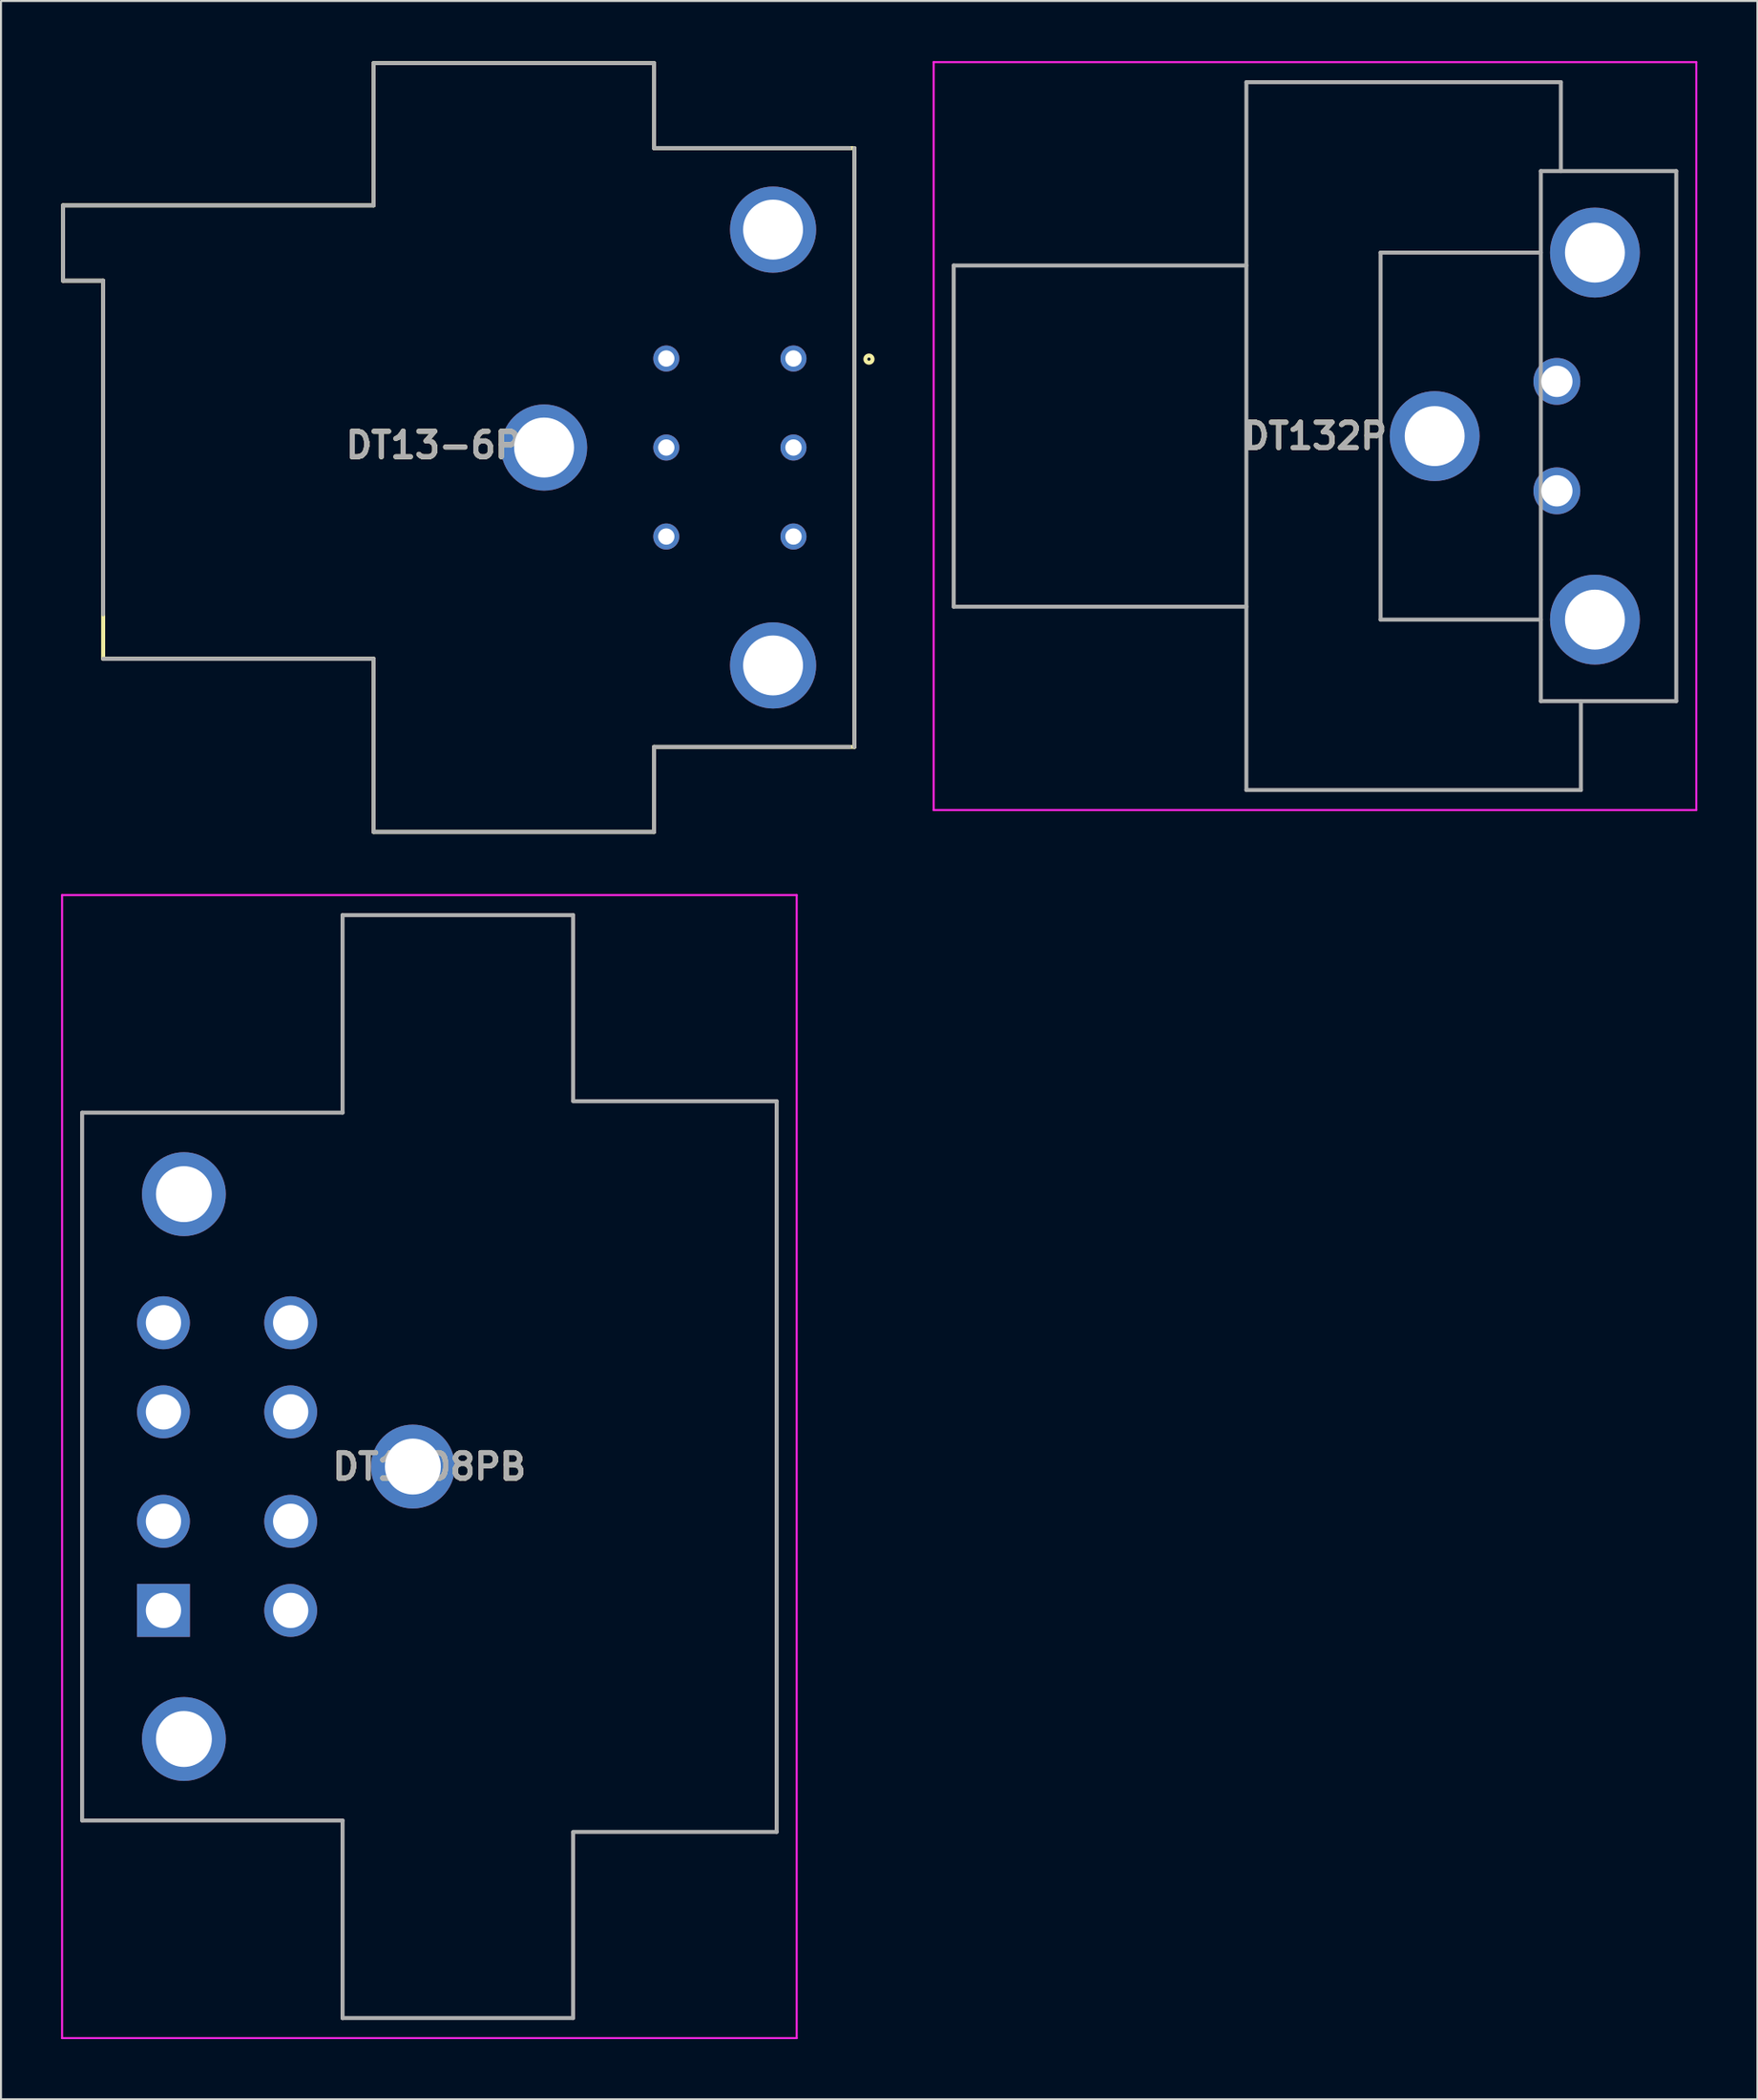
<source format=kicad_pcb>
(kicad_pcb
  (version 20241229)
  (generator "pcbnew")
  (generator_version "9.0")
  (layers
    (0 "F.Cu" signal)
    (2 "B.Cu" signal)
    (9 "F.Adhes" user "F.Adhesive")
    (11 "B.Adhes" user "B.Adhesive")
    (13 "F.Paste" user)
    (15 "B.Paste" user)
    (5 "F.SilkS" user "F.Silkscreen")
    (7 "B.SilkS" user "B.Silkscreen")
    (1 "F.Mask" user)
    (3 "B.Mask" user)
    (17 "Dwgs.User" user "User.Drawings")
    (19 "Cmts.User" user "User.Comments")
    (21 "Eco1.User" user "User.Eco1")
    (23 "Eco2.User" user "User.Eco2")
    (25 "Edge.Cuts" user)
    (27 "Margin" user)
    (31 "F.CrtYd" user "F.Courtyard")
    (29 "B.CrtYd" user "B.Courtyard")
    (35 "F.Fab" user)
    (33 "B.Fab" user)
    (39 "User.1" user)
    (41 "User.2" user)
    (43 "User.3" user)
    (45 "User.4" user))
  (footprint "DT1308PB"
    (layer "F.Cu")
    (at 5.11 77.285)
    (property "Reference" "DT1308PB" (at 13.275 -7.175 180) (layer "F.SilkS") (effects (font (size 1.27 1.27) (thickness 0.254))))
    (attr through_hole)
    (fp_line (start -4.06 -24.83) (end -4.06 10.48) (stroke (width 0.1) (type solid)) (layer "F.SilkS"))
    (fp_line (start -4.06 10.48) (end 8.94 10.48) (stroke (width 0.1) (type solid)) (layer "F.SilkS"))
    (fp_line (start 8.94 -34.685) (end 8.94 -24.83) (stroke (width 0.1) (type solid)) (layer "F.SilkS"))
    (fp_line (start 8.94 -24.83) (end -4.06 -24.83) (stroke (width 0.1) (type solid)) (layer "F.SilkS"))
    (fp_line (start 8.94 10.48) (end 8.94 20.335) (stroke (width 0.1) (type solid)) (layer "F.SilkS"))
    (fp_line (start 8.94 20.335) (end 20.45 20.335) (stroke (width 0.1) (type solid)) (layer "F.SilkS"))
    (fp_line (start 20.45 -34.685) (end 8.94 -34.685) (stroke (width 0.1) (type solid)) (layer "F.SilkS"))
    (fp_line (start 20.45 -25.4) (end 20.45 -34.685) (stroke (width 0.1) (type solid)) (layer "F.SilkS"))
    (fp_line (start 20.45 11.05) (end 30.61 11.05) (stroke (width 0.1) (type solid)) (layer "F.SilkS"))
    (fp_line (start 20.45 20.335) (end 20.45 11.05) (stroke (width 0.1) (type solid)) (layer "F.SilkS"))
    (fp_line (start 30.61 -25.43) (end 20.45 -25.4) (stroke (width 0.1) (type solid)) (layer "F.SilkS"))
    (fp_line (start 30.61 11.05) (end 30.61 -25.43) (stroke (width 0.1) (type solid)) (layer "F.SilkS"))
    (fp_line (start -5.06 -35.685) (end 31.61 -35.685) (stroke (width 0.1) (type solid)) (layer "F.CrtYd"))
    (fp_line (start -5.06 21.335) (end -5.06 -35.685) (stroke (width 0.1) (type solid)) (layer "F.CrtYd"))
    (fp_line (start 31.61 -35.685) (end 31.61 21.335) (stroke (width 0.1) (type solid)) (layer "F.CrtYd"))
    (fp_line (start 31.61 21.335) (end -5.06 21.335) (stroke (width 0.1) (type solid)) (layer "F.CrtYd"))
    (fp_line (start -4.06 -24.83) (end -4.06 10.48) (stroke (width 0.2) (type solid)) (layer "F.Fab"))
    (fp_line (start -4.06 10.48) (end 8.94 10.48) (stroke (width 0.2) (type solid)) (layer "F.Fab"))
    (fp_line (start 8.94 -34.685) (end 8.94 -24.83) (stroke (width 0.2) (type solid)) (layer "F.Fab"))
    (fp_line (start 8.94 -24.83) (end -4.06 -24.83) (stroke (width 0.2) (type solid)) (layer "F.Fab"))
    (fp_line (start 8.94 20.335) (end 8.94 10.48) (stroke (width 0.2) (type solid)) (layer "F.Fab"))
    (fp_line (start 8.94 20.335) (end 8.94 20.335) (stroke (width 0.2) (type solid)) (layer "F.Fab"))
    (fp_line (start 20.45 -34.685) (end 8.94 -34.685) (stroke (width 0.2) (type solid)) (layer "F.Fab"))
    (fp_line (start 20.45 -25.43) (end 20.45 -34.685) (stroke (width 0.2) (type solid)) (layer "F.Fab"))
    (fp_line (start 20.45 -25.4) (end 30.61 -25.4) (stroke (width 0.2) (type solid)) (layer "F.Fab"))
    (fp_line (start 20.45 11.08) (end 20.45 20.335) (stroke (width 0.2) (type solid)) (layer "F.Fab"))
    (fp_line (start 20.45 20.335) (end 8.94 20.335) (stroke (width 0.2) (type solid)) (layer "F.Fab"))
    (fp_line (start 30.61 -25.4) (end 30.61 11.05) (stroke (width 0.2) (type solid)) (layer "F.Fab"))
    (fp_line (start 30.61 11.05) (end 20.45 11.05) (stroke (width 0.2) (type solid)) (layer "F.Fab"))
    (fp_text user "${REFERENCE}" (at 13.275 -7.175 180) (layer "F.Fab") (effects (font (size 1.27 1.27) (thickness 0.254))))
    (pad "1" thru_hole rect (at 0 0) (size 2.64 2.64) (drill 1.76) (layers "*.Cu" "*.Mask"))
    (pad "2" thru_hole circle (at 0 -4.445) (size 2.64 2.64) (drill 1.76) (layers "*.Cu" "*.Mask"))
    (pad "3" thru_hole circle (at 0 -9.905) (size 2.64 2.64) (drill 1.76) (layers "*.Cu" "*.Mask"))
    (pad "4" thru_hole circle (at 0 -14.35) (size 2.64 2.64) (drill 1.76) (layers "*.Cu" "*.Mask"))
    (pad "5" thru_hole circle (at 6.35 -14.35) (size 2.64 2.64) (drill 1.76) (layers "*.Cu" "*.Mask"))
    (pad "6" thru_hole circle (at 6.35 -9.905) (size 2.64 2.64) (drill 1.76) (layers "*.Cu" "*.Mask"))
    (pad "7" thru_hole circle (at 6.35 -4.445) (size 2.64 2.64) (drill 1.76) (layers "*.Cu" "*.Mask"))
    (pad "8" thru_hole circle (at 6.35 0) (size 2.64 2.64) (drill 1.76) (layers "*.Cu" "*.Mask"))
    (pad "MH1" thru_hole circle (at 12.45 -7.175) (size 4.185 4.185) (drill 2.79) (layers "*.Cu" "*.Mask"))
    (pad "MH2" thru_hole circle (at 1.02 6.415) (size 4.185 4.185) (drill 2.79) (layers "*.Cu" "*.Mask"))
    (pad "MH3" thru_hole circle (at 1.02 -20.765) (size 4.185 4.185) (drill 2.79) (layers "*.Cu" "*.Mask")))
  (footprint "DT13-6P"
    (layer "F.Cu")
    (at 39.6 19.275)
    (property "Reference" "DT13-6P" (at -21.013 -0.115 180) (layer "F.SilkS") (effects (font (size 1.27 1.27) (thickness 0.254))))
    (attr through_hole)
    (fp_line (start -39.5 -12.08) (end -39.5 -8.32) (stroke (width 0.2) (type solid)) (layer "F.SilkS"))
    (fp_line (start -37.5 -8.32) (end -39.5 -8.32) (stroke (width 0.2) (type solid)) (layer "F.SilkS"))
    (fp_line (start -37.5 -8.32) (end -37.5 10.54) (stroke (width 0.2) (type solid)) (layer "F.SilkS"))
    (fp_line (start -37.5 10.54) (end -24 10.54) (stroke (width 0.2) (type solid)) (layer "F.SilkS"))
    (fp_line (start -24 -19.175) (end -24 -12.08) (stroke (width 0.2) (type solid)) (layer "F.SilkS"))
    (fp_line (start -24 -12.08) (end -39.5 -12.08) (stroke (width 0.2) (type solid)) (layer "F.SilkS"))
    (fp_line (start -24 10.54) (end -24 19.175) (stroke (width 0.2) (type solid)) (layer "F.SilkS"))
    (fp_line (start -24 19.175) (end -10 19.175) (stroke (width 0.2) (type solid)) (layer "F.SilkS"))
    (fp_line (start -10 -19.175) (end -24 -19.175) (stroke (width 0.2) (type solid)) (layer "F.SilkS"))
    (fp_line (start -10 -14.935) (end -10 -19.175) (stroke (width 0.2) (type solid)) (layer "F.SilkS"))
    (fp_line (start -10 14.935) (end 0 14.935) (stroke (width 0.2) (type solid)) (layer "F.SilkS"))
    (fp_line (start -10 19.175) (end -10 14.935) (stroke (width 0.2) (type solid)) (layer "F.SilkS"))
    (fp_line (start 0 -14.935) (end -10 -14.935) (stroke (width 0.2) (type solid)) (layer "F.SilkS"))
    (fp_line (start 0 14.935) (end 0 -14.935) (stroke (width 0.2) (type solid)) (layer "F.SilkS"))
    (fp_circle (center 0.728 -4.41) (end 0.728 -4.331) (stroke (width 0.2) (type solid)) (fill no) (layer "F.SilkS"))
    (fp_line (start -39.5 -12.08) (end -24 -12.08) (stroke (width 0.2) (type solid)) (layer "F.Fab"))
    (fp_line (start -39.5 -8.32) (end -39.5 -12.08) (stroke (width 0.2) (type solid)) (layer "F.Fab"))
    (fp_line (start -37.5 -8.32) (end -39.5 -8.32) (stroke (width 0.2) (type solid)) (layer "F.Fab"))
    (fp_line (start -37.5 -8.32) (end -37.5 8.32) (stroke (width 0.2) (type solid)) (layer "F.Fab"))
    (fp_line (start -37.5 10.54) (end -24 10.54) (stroke (width 0.2) (type solid)) (layer "F.Fab"))
    (fp_line (start -24 -19.175) (end -24 -12.08) (stroke (width 0.2) (type solid)) (layer "F.Fab"))
    (fp_line (start -24 19.175) (end -24 10.54) (stroke (width 0.2) (type solid)) (layer "F.Fab"))
    (fp_line (start -10 -19.175) (end -24 -19.175) (stroke (width 0.2) (type solid)) (layer "F.Fab"))
    (fp_line (start -10 -14.935) (end -10 -19.175) (stroke (width 0.2) (type solid)) (layer "F.Fab"))
    (fp_line (start -10 14.935) (end -10 19.175) (stroke (width 0.2) (type solid)) (layer "F.Fab"))
    (fp_line (start -10 19.175) (end -24 19.175) (stroke (width 0.2) (type solid)) (layer "F.Fab"))
    (fp_line (start -0.244 -14.935) (end -10 -14.935) (stroke (width 0.2) (type solid)) (layer "F.Fab"))
    (fp_line (start -0.244 14.935) (end -10 14.935) (stroke (width 0.2) (type solid)) (layer "F.Fab"))
    (fp_line (start 0 -14.935) (end 0 14.935) (stroke (width 0.2) (type solid)) (layer "F.Fab"))
    (fp_text user "${REFERENCE}" (at -21.013 -0.115 180) (layer "F.Fab") (effects (font (size 1.27 1.27) (thickness 0.254))))
    (pad "1" thru_hole circle (at -3.04 -4.44) (size 1.3 1.3) (drill 0.815) (layers "*.Cu" "*.Mask"))
    (pad "2" thru_hole circle (at -3.04 0) (size 1.3 1.3) (drill 0.815) (layers "*.Cu" "*.Mask"))
    (pad "3" thru_hole circle (at -3.04 4.44) (size 1.3 1.3) (drill 0.815) (layers "*.Cu" "*.Mask"))
    (pad "4" thru_hole circle (at -9.39 4.44) (size 1.3 1.3) (drill 0.815) (layers "*.Cu" "*.Mask"))
    (pad "5" thru_hole circle (at -9.39 0) (size 1.3 1.3) (drill 0.815) (layers "*.Cu" "*.Mask"))
    (pad "6" thru_hole circle (at -9.39 -4.44) (size 1.3 1.3) (drill 0.815) (layers "*.Cu" "*.Mask"))
    (pad "7" thru_hole circle (at -4.06 -10.87) (size 4.3 4.3) (drill 2.99) (layers "*.Cu" "*.Mask"))
    (pad "8" thru_hole circle (at -15.49 0) (size 4.3 4.3) (drill 2.99) (layers "*.Cu" "*.Mask"))
    (pad "9" thru_hole circle (at -4.06 10.87) (size 4.3 4.3) (drill 2.99) (layers "*.Cu" "*.Mask")))
  (footprint "DT132P"
    (layer "F.Cu")
    (at 74.667 15.975)
    (property "Reference" "DT132P" (at -12.075 2.73 180) (layer "F.SilkS") (effects (font (size 1.27 1.27) (thickness 0.254))))
    (attr through_hole)
    (fp_line (start -30.11 -5.78) (end -15.5 -5.78) (stroke (width 0.1) (type solid)) (layer "F.SilkS"))
    (fp_line (start -30.11 11.23) (end -30.11 -5.78) (stroke (width 0.1) (type solid)) (layer "F.SilkS"))
    (fp_line (start -15.5 -14.925) (end 0.2 -14.925) (stroke (width 0.1) (type solid)) (layer "F.SilkS"))
    (fp_line (start -15.5 -5.78) (end -15.5 -14.925) (stroke (width 0.1) (type solid)) (layer "F.SilkS"))
    (fp_line (start -15.5 11.23) (end -30.11 11.23) (stroke (width 0.1) (type solid)) (layer "F.SilkS"))
    (fp_line (start -15.5 20.385) (end -15.5 11.23) (stroke (width 0.1) (type solid)) (layer "F.SilkS"))
    (fp_line (start 0.2 -14.925) (end 0.2 -10.49) (stroke (width 0.1) (type solid)) (layer "F.SilkS"))
    (fp_line (start 0.2 -10.49) (end 5.96 -10.49) (stroke (width 0.1) (type solid)) (layer "F.SilkS"))
    (fp_line (start 1.2 15.95) (end 1.2 20.385) (stroke (width 0.1) (type solid)) (layer "F.SilkS"))
    (fp_line (start 1.2 20.385) (end -15.5 20.385) (stroke (width 0.1) (type solid)) (layer "F.SilkS"))
    (fp_line (start 5.96 -10.49) (end 5.96 15.95) (stroke (width 0.1) (type solid)) (layer "F.SilkS"))
    (fp_line (start 5.96 15.95) (end 1.2 15.95) (stroke (width 0.1) (type solid)) (layer "F.SilkS"))
    (fp_line (start -31.11 -15.925) (end 6.96 -15.925) (stroke (width 0.1) (type solid)) (layer "F.CrtYd"))
    (fp_line (start -31.11 21.385) (end -31.11 -15.925) (stroke (width 0.1) (type solid)) (layer "F.CrtYd"))
    (fp_line (start 6.96 -15.925) (end 6.96 21.385) (stroke (width 0.1) (type solid)) (layer "F.CrtYd"))
    (fp_line (start 6.96 21.385) (end -31.11 21.385) (stroke (width 0.1) (type solid)) (layer "F.CrtYd"))
    (fp_line (start -30.11 -5.78) (end -15.5 -5.78) (stroke (width 0.2) (type solid)) (layer "F.Fab"))
    (fp_line (start -30.11 11.24) (end -30.11 -5.78) (stroke (width 0.2) (type solid)) (layer "F.Fab"))
    (fp_line (start -15.5 -14.925) (end -15.5 20.385) (stroke (width 0.2) (type solid)) (layer "F.Fab"))
    (fp_line (start -15.5 11.24) (end -30.11 11.24) (stroke (width 0.2) (type solid)) (layer "F.Fab"))
    (fp_line (start -15.5 20.385) (end 1.2 20.385) (stroke (width 0.2) (type solid)) (layer "F.Fab"))
    (fp_line (start -8.8 -6.425) (end -8.8 11.885) (stroke (width 0.2) (type solid)) (layer "F.Fab"))
    (fp_line (start -8.8 11.885) (end -0.8 11.885) (stroke (width 0.2) (type solid)) (layer "F.Fab"))
    (fp_line (start -0.8 -10.49) (end 5.96 -10.49) (stroke (width 0.2) (type solid)) (layer "F.Fab"))
    (fp_line (start -0.8 -6.425) (end -8.8 -6.425) (stroke (width 0.2) (type solid)) (layer "F.Fab"))
    (fp_line (start -0.8 15.95) (end -0.8 -10.49) (stroke (width 0.2) (type solid)) (layer "F.Fab"))
    (fp_line (start 0.2 -14.925) (end -15.5 -14.925) (stroke (width 0.2) (type solid)) (layer "F.Fab"))
    (fp_line (start 0.2 -10.49) (end 0.2 -14.925) (stroke (width 0.2) (type solid)) (layer "F.Fab"))
    (fp_line (start 1.2 20.385) (end 1.2 15.95) (stroke (width 0.2) (type solid)) (layer "F.Fab"))
    (fp_line (start 5.96 -10.49) (end 5.96 15.95) (stroke (width 0.2) (type solid)) (layer "F.Fab"))
    (fp_line (start 5.96 15.95) (end -0.8 15.95) (stroke (width 0.2) (type solid)) (layer "F.Fab"))
    (fp_text user "${REFERENCE}" (at -12.075 2.73 180) (layer "F.Fab") (effects (font (size 1.27 1.27) (thickness 0.254))))
    (pad "1" thru_hole circle (at 0 0) (size 2.34 2.34) (drill 1.56) (layers "*.Cu" "*.Mask"))
    (pad "2" thru_hole circle (at 0 5.46) (size 2.34 2.34) (drill 1.56) (layers "*.Cu" "*.Mask"))
    (pad "3" thru_hole circle (at 1.9 -6.425) (size 4.485 4.485) (drill 2.99) (layers "*.Cu" "*.Mask"))
    (pad "4" thru_hole circle (at 1.9 11.885) (size 4.485 4.485) (drill 2.99) (layers "*.Cu" "*.Mask"))
    (pad "5" thru_hole circle (at -6.1 2.73) (size 4.485 4.485) (drill 2.99) (layers "*.Cu" "*.Mask")))
  (gr_rect
    (start -3 -3)
    (end 84.677 101.67)
    (stroke (width 0.1) (type default))
    (fill no)
    (layer "Edge.Cuts")))
</source>
